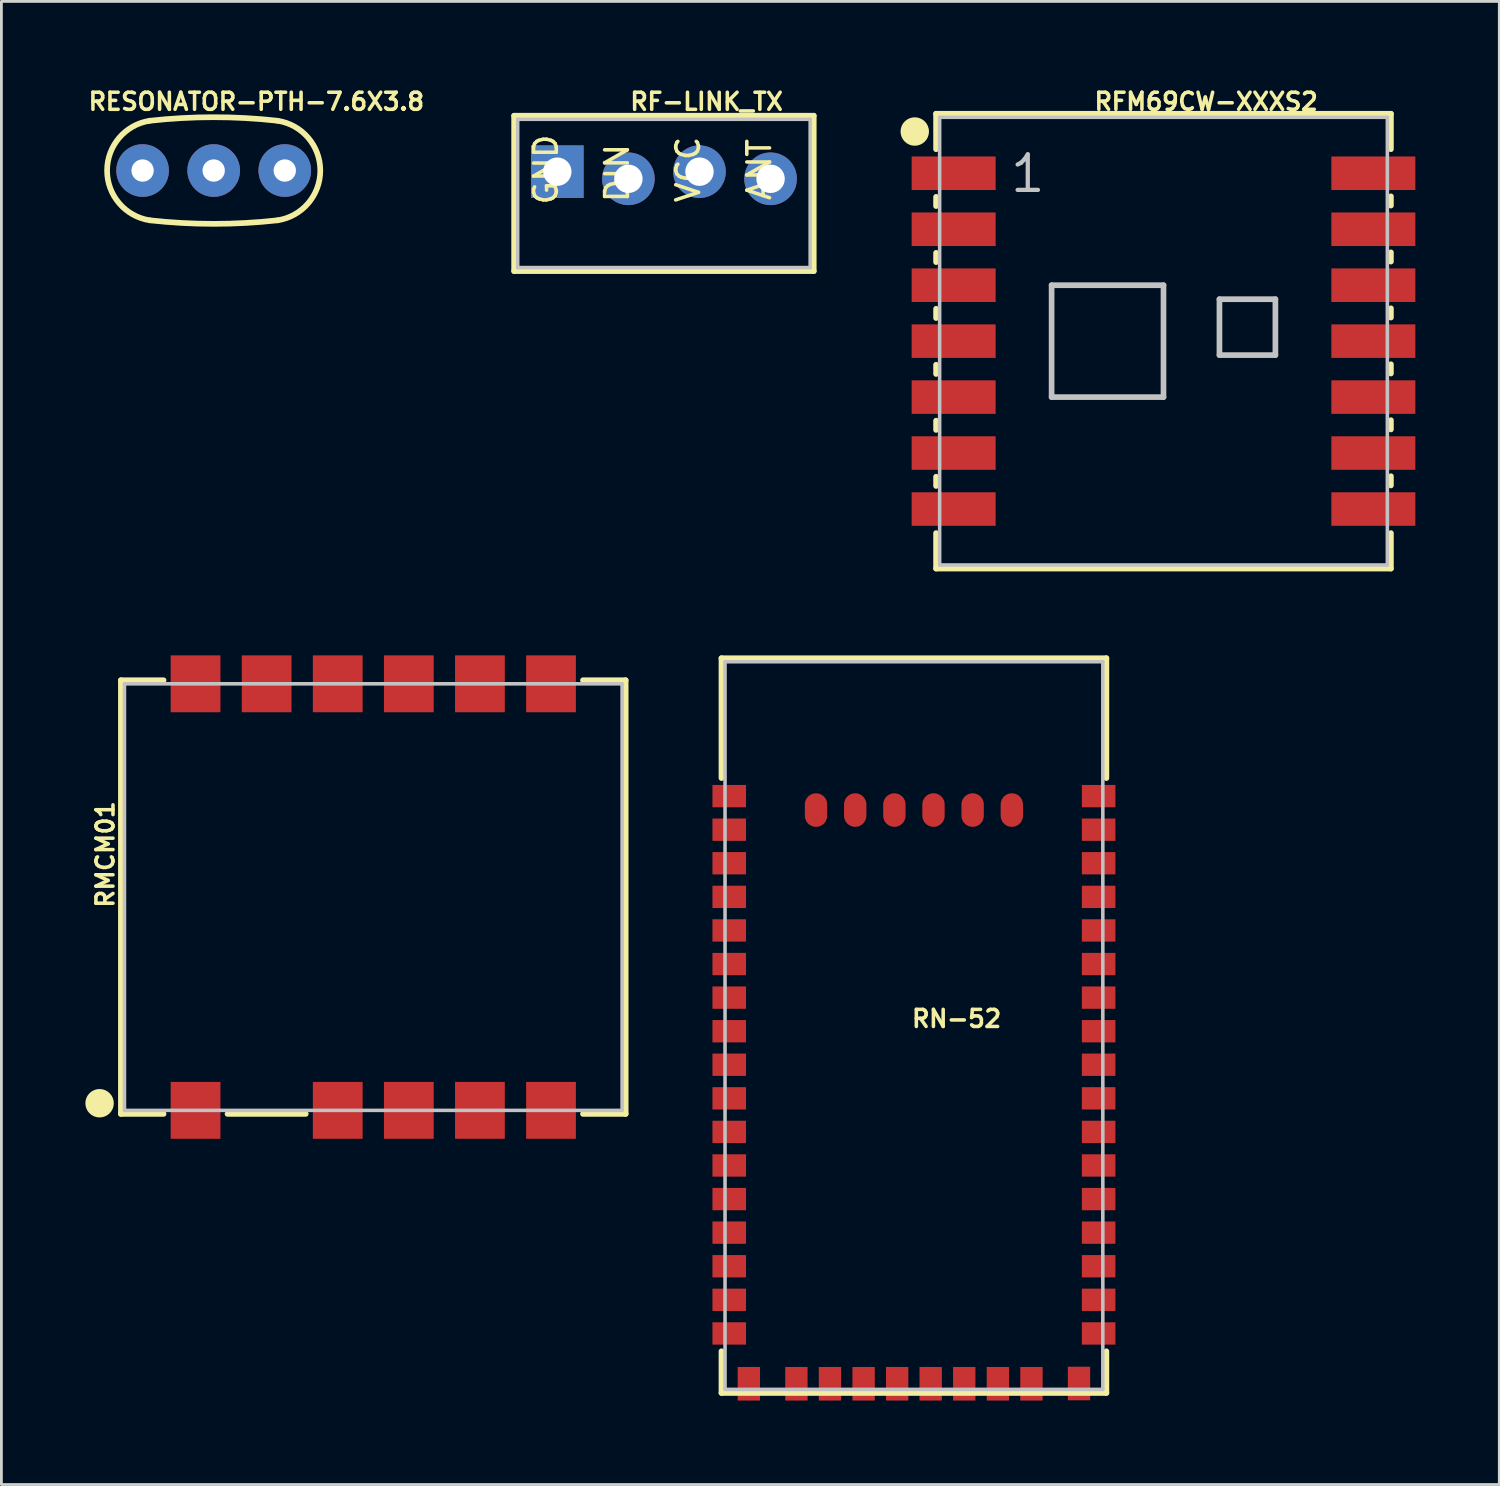
<source format=kicad_pcb>
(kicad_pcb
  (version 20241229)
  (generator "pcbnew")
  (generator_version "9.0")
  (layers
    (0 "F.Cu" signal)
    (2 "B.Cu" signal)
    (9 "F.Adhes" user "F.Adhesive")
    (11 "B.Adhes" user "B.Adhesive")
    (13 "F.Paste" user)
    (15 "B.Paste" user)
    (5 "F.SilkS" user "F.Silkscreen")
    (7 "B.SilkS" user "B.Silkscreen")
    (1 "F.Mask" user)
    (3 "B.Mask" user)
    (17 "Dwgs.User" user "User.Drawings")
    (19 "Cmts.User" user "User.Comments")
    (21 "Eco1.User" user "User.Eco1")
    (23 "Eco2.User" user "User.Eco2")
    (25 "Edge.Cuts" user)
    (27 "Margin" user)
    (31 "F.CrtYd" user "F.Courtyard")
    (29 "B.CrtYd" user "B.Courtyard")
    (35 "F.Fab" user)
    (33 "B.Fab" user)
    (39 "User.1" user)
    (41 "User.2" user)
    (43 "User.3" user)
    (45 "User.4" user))
  (footprint "RMCM01"
    (layer "F.Cu")
    (at 10.287 29.002)
    (property "Reference" "RMCM01" (at -9.576 -1.524 90) (layer "F.SilkS") (effects (font (size 0.61 0.61) (thickness 0.127))))
    (attr smd)
    (fp_line (start -9.017 -7.747) (end -9.017 7.747) (stroke (width 0.203) (type solid)) (layer "F.SilkS"))
    (fp_line (start -9.017 7.747) (end -7.493 7.747) (stroke (width 0.203) (type solid)) (layer "F.SilkS"))
    (fp_line (start -7.493 -7.747) (end -9.017 -7.747) (stroke (width 0.203) (type solid)) (layer "F.SilkS"))
    (fp_line (start -5.207 7.747) (end -2.413 7.747) (stroke (width 0.203) (type solid)) (layer "F.SilkS"))
    (fp_line (start 7.493 7.747) (end 9.017 7.747) (stroke (width 0.203) (type solid)) (layer "F.SilkS"))
    (fp_line (start 9.017 -7.747) (end 7.493 -7.747) (stroke (width 0.203) (type solid)) (layer "F.SilkS"))
    (fp_line (start 9.017 7.747) (end 9.017 -7.747) (stroke (width 0.203) (type solid)) (layer "F.SilkS"))
    (fp_circle (center -9.779 7.366) (end -9.779 6.858) (stroke (width 0) (type solid)) (fill yes) (layer "F.SilkS"))
    (fp_line (start -8.89 -7.62) (end -8.89 7.62) (stroke (width 0.127) (type solid)) (layer "Dwgs.User"))
    (fp_line (start -8.89 7.62) (end 8.89 7.62) (stroke (width 0.127) (type solid)) (layer "Dwgs.User"))
    (fp_line (start 8.89 -7.62) (end -8.89 -7.62) (stroke (width 0.127) (type solid)) (layer "Dwgs.User"))
    (fp_line (start 8.89 7.62) (end 8.89 -7.62) (stroke (width 0.127) (type solid)) (layer "Dwgs.User"))
    (pad "1" smd rect (at -6.35 -7.62 90) (size 2.032 1.778) (layers "F.Cu" "F.Mask" "F.Paste"))
    (pad "2" smd rect (at -3.81 -7.62 90) (size 2.032 1.778) (layers "F.Cu" "F.Mask" "F.Paste"))
    (pad "3" smd rect (at -1.27 -7.62 90) (size 2.032 1.778) (layers "F.Cu" "F.Mask" "F.Paste"))
    (pad "4" smd rect (at 1.27 -7.62 90) (size 2.032 1.778) (layers "F.Cu" "F.Mask" "F.Paste"))
    (pad "5" smd rect (at 3.81 -7.62 90) (size 2.032 1.778) (layers "F.Cu" "F.Mask" "F.Paste"))
    (pad "6" smd rect (at 6.35 -7.62 90) (size 2.032 1.778) (layers "F.Cu" "F.Mask" "F.Paste"))
    (pad "7" smd rect (at 6.35 7.62 90) (size 2.032 1.778) (layers "F.Cu" "F.Mask" "F.Paste"))
    (pad "8" smd rect (at 3.81 7.62 90) (size 2.032 1.778) (layers "F.Cu" "F.Mask" "F.Paste"))
    (pad "9" smd rect (at 1.27 7.62 90) (size 2.032 1.778) (layers "F.Cu" "F.Mask" "F.Paste"))
    (pad "10" smd rect (at -1.27 7.62 90) (size 2.032 1.778) (layers "F.Cu" "F.Mask" "F.Paste"))
    (pad "11" smd rect (at -6.35 7.62 90) (size 2.032 1.778) (layers "F.Cu" "F.Mask" "F.Paste")))
  (footprint "RN-52"
    (layer "F.Cu")
    (at 29.604 34.923)
    (property "Reference" "RN-52" (at 1.524 -1.575 0) (layer "F.SilkS") (effects (font (size 0.61 0.61) (thickness 0.127))))
    (attr smd)
    (fp_line (start -6.876 -14.455) (end -6.876 -10.173) (stroke (width 0.203) (type solid)) (layer "F.SilkS"))
    (fp_line (start -6.876 10.307) (end -6.876 11.796) (stroke (width 0.203) (type solid)) (layer "F.SilkS"))
    (fp_line (start -6.876 11.796) (end 6.876 11.796) (stroke (width 0.203) (type solid)) (layer "F.SilkS"))
    (fp_line (start 6.876 -14.455) (end -6.876 -14.455) (stroke (width 0.203) (type solid)) (layer "F.SilkS"))
    (fp_line (start 6.876 -14.455) (end 6.876 -10.173) (stroke (width 0.203) (type solid)) (layer "F.SilkS"))
    (fp_line (start 6.876 10.307) (end 6.876 11.796) (stroke (width 0.203) (type solid)) (layer "F.SilkS"))
    (fp_line (start -6.749 -14.328) (end -6.749 11.669) (stroke (width 0.127) (type solid)) (layer "Dwgs.User"))
    (fp_line (start -6.749 11.669) (end 6.749 11.669) (stroke (width 0.127) (type solid)) (layer "Dwgs.User"))
    (fp_line (start 6.749 -14.328) (end -6.749 -14.328) (stroke (width 0.127) (type solid)) (layer "Dwgs.User"))
    (fp_line (start 6.749 11.669) (end 6.749 -14.328) (stroke (width 0.127) (type solid)) (layer "Dwgs.User"))
    (pad "1" smd rect (at -6.599 -8.329) (size 1.199 0.798) (layers "F.Cu" "F.Mask" "F.Paste"))
    (pad "2" smd rect (at -6.599 -7.13) (size 1.199 0.798) (layers "F.Cu" "F.Mask" "F.Paste"))
    (pad "3" smd rect (at -6.599 -5.928) (size 1.199 0.798) (layers "F.Cu" "F.Mask" "F.Paste"))
    (pad "4" smd rect (at -6.599 -4.729) (size 1.199 0.798) (layers "F.Cu" "F.Mask" "F.Paste"))
    (pad "5" smd rect (at -6.599 -3.528) (size 1.199 0.798) (layers "F.Cu" "F.Mask" "F.Paste"))
    (pad "6" smd rect (at -6.599 -2.329) (size 1.199 0.798) (layers "F.Cu" "F.Mask" "F.Paste"))
    (pad "7" smd rect (at -6.599 -1.128) (size 1.199 0.798) (layers "F.Cu" "F.Mask" "F.Paste"))
    (pad "8" smd rect (at -6.599 0.069) (size 1.199 0.798) (layers "F.Cu" "F.Mask" "F.Paste"))
    (pad "9" smd rect (at -6.599 1.27) (size 1.199 0.798) (layers "F.Cu" "F.Mask" "F.Paste"))
    (pad "10" smd rect (at -6.599 2.469) (size 1.199 0.798) (layers "F.Cu" "F.Mask" "F.Paste"))
    (pad "11" smd rect (at -6.599 3.668) (size 1.199 0.798) (layers "F.Cu" "F.Mask" "F.Paste"))
    (pad "12" smd rect (at -6.599 4.869) (size 1.199 0.798) (layers "F.Cu" "F.Mask" "F.Paste"))
    (pad "13" smd rect (at -6.599 6.068) (size 1.199 0.798) (layers "F.Cu" "F.Mask" "F.Paste"))
    (pad "14" smd rect (at -6.599 7.269) (size 1.199 0.798) (layers "F.Cu" "F.Mask" "F.Paste"))
    (pad "15" smd rect (at -6.599 8.468) (size 1.199 0.798) (layers "F.Cu" "F.Mask" "F.Paste"))
    (pad "16" smd rect (at -6.599 9.67) (size 1.199 0.798) (layers "F.Cu" "F.Mask" "F.Paste"))
    (pad "17" smd rect (at -4.199 11.468 90) (size 1.199 0.798) (layers "F.Cu" "F.Mask" "F.Paste"))
    (pad "18" smd rect (at -3 11.468 90) (size 1.199 0.798) (layers "F.Cu" "F.Mask" "F.Paste"))
    (pad "19" smd rect (at -1.798 11.468 90) (size 1.199 0.798) (layers "F.Cu" "F.Mask" "F.Paste"))
    (pad "20" smd rect (at -0.599 11.468 90) (size 1.199 0.798) (layers "F.Cu" "F.Mask" "F.Paste"))
    (pad "21" smd rect (at 0.599 11.468 90) (size 1.199 0.798) (layers "F.Cu" "F.Mask" "F.Paste"))
    (pad "22" smd rect (at 1.798 11.468 90) (size 1.199 0.798) (layers "F.Cu" "F.Mask" "F.Paste"))
    (pad "23" smd rect (at 3 11.468 90) (size 1.199 0.798) (layers "F.Cu" "F.Mask" "F.Paste"))
    (pad "24" smd rect (at 4.199 11.468 90) (size 1.199 0.798) (layers "F.Cu" "F.Mask" "F.Paste"))
    (pad "25" smd rect (at 6.599 9.67 180) (size 1.199 0.798) (layers "F.Cu" "F.Mask" "F.Paste"))
    (pad "26" smd rect (at 6.599 8.468 180) (size 1.199 0.798) (layers "F.Cu" "F.Mask" "F.Paste"))
    (pad "27" smd rect (at 6.599 7.269 180) (size 1.199 0.798) (layers "F.Cu" "F.Mask" "F.Paste"))
    (pad "28" smd rect (at 6.599 6.068 180) (size 1.199 0.798) (layers "F.Cu" "F.Mask" "F.Paste"))
    (pad "29" smd rect (at 6.599 4.869 180) (size 1.199 0.798) (layers "F.Cu" "F.Mask" "F.Paste"))
    (pad "30" smd rect (at 6.599 3.668 180) (size 1.199 0.798) (layers "F.Cu" "F.Mask" "F.Paste"))
    (pad "31" smd rect (at 6.599 2.469 180) (size 1.199 0.798) (layers "F.Cu" "F.Mask" "F.Paste"))
    (pad "32" smd rect (at 6.599 1.27 180) (size 1.199 0.798) (layers "F.Cu" "F.Mask" "F.Paste"))
    (pad "33" smd rect (at 6.599 0.069 180) (size 1.199 0.798) (layers "F.Cu" "F.Mask" "F.Paste"))
    (pad "34" smd rect (at 6.599 -1.128 180) (size 1.199 0.798) (layers "F.Cu" "F.Mask" "F.Paste"))
    (pad "35" smd rect (at 6.599 -2.329 180) (size 1.199 0.798) (layers "F.Cu" "F.Mask" "F.Paste"))
    (pad "36" smd rect (at 6.599 -3.528 180) (size 1.199 0.798) (layers "F.Cu" "F.Mask" "F.Paste"))
    (pad "37" smd rect (at 6.599 -4.729 180) (size 1.199 0.798) (layers "F.Cu" "F.Mask" "F.Paste"))
    (pad "38" smd rect (at 6.599 -5.928 180) (size 1.199 0.798) (layers "F.Cu" "F.Mask" "F.Paste"))
    (pad "39" smd rect (at 6.599 -7.13 180) (size 1.199 0.798) (layers "F.Cu" "F.Mask" "F.Paste"))
    (pad "40" smd rect (at 6.599 -8.329 180) (size 1.199 0.798) (layers "F.Cu" "F.Mask" "F.Paste"))
    (pad "G1" smd rect (at -6.599 -9.528) (size 1.199 0.798) (layers "F.Cu" "F.Mask" "F.Paste"))
    (pad "G2" smd rect (at -5.898 11.468 90) (size 1.199 0.798) (layers "F.Cu" "F.Mask" "F.Paste"))
    (pad "G3" smd rect (at 5.898 11.458 180) (size 0.798 1.199) (layers "F.Cu" "F.Mask" "F.Paste"))
    (pad "G4" smd rect (at 6.599 -9.528 180) (size 1.199 0.798) (layers "F.Cu" "F.Mask" "F.Paste"))
    (pad "RFG1" smd oval (at -3.498 -9.03 90) (size 1.199 0.798) (layers "F.Cu" "F.Mask" "F.Paste"))
    (pad "RFG2" smd oval (at -2.098 -9.03 90) (size 1.199 0.798) (layers "F.Cu" "F.Mask" "F.Paste"))
    (pad "RFG3" smd oval (at -0.699 -9.03 90) (size 1.199 0.798) (layers "F.Cu" "F.Mask" "F.Paste"))
    (pad "RFG4" smd oval (at 0.699 -9.03 90) (size 1.199 0.798) (layers "F.Cu" "F.Mask" "F.Paste"))
    (pad "RFG5" smd oval (at 2.098 -9.03 90) (size 1.199 0.798) (layers "F.Cu" "F.Mask" "F.Paste"))
    (pad "RFG6" smd oval (at 3.498 -9.03 90) (size 1.199 0.798) (layers "F.Cu" "F.Mask" "F.Paste")))
  (footprint "RF-LINK_TX"
    (layer "F.Cu")
    (at 20.672 3.211)
    (property "Reference" "RF-LINK_TX" (at 1.524 -2.631 0) (layer "F.SilkS") (effects (font (size 0.61 0.61) (thickness 0.127))))
    (attr exclude_from_pos_files exclude_from_bom)
    (fp_line (start -5.352 -2.126) (end -5.352 3.426) (stroke (width 0.203) (type solid)) (layer "F.SilkS"))
    (fp_line (start -5.352 3.426) (end 5.352 3.426) (stroke (width 0.203) (type solid)) (layer "F.SilkS"))
    (fp_line (start 5.352 -2.126) (end -5.352 -2.126) (stroke (width 0.203) (type solid)) (layer "F.SilkS"))
    (fp_line (start 5.352 3.426) (end 5.352 -2.126) (stroke (width 0.203) (type solid)) (layer "F.SilkS"))
    (fp_line (start -5.225 -1.999) (end -5.225 3.299) (stroke (width 0.127) (type solid)) (layer "Dwgs.User"))
    (fp_line (start -5.225 3.299) (end 5.225 3.299) (stroke (width 0.127) (type solid)) (layer "Dwgs.User"))
    (fp_line (start -4.064 -0.254) (end -3.556 -0.254) (stroke (width 0.066) (type solid)) (layer "Dwgs.User"))
    (fp_line (start -4.064 0.254) (end -4.064 -0.254) (stroke (width 0.066) (type solid)) (layer "Dwgs.User"))
    (fp_line (start -4.064 0.254) (end -3.556 0.254) (stroke (width 0.066) (type solid)) (layer "Dwgs.User"))
    (fp_line (start -3.556 0.254) (end -3.556 -0.254) (stroke (width 0.066) (type solid)) (layer "Dwgs.User"))
    (fp_line (start -1.524 -0.254) (end -1.016 -0.254) (stroke (width 0.066) (type solid)) (layer "Dwgs.User"))
    (fp_line (start -1.524 0.254) (end -1.524 -0.254) (stroke (width 0.066) (type solid)) (layer "Dwgs.User"))
    (fp_line (start -1.524 0.254) (end -1.016 0.254) (stroke (width 0.066) (type solid)) (layer "Dwgs.User"))
    (fp_line (start -1.016 0.254) (end -1.016 -0.254) (stroke (width 0.066) (type solid)) (layer "Dwgs.User"))
    (fp_line (start 1.016 -0.254) (end 1.524 -0.254) (stroke (width 0.066) (type solid)) (layer "Dwgs.User"))
    (fp_line (start 1.016 0.254) (end 1.016 -0.254) (stroke (width 0.066) (type solid)) (layer "Dwgs.User"))
    (fp_line (start 1.016 0.254) (end 1.524 0.254) (stroke (width 0.066) (type solid)) (layer "Dwgs.User"))
    (fp_line (start 1.524 0.254) (end 1.524 -0.254) (stroke (width 0.066) (type solid)) (layer "Dwgs.User"))
    (fp_line (start 3.556 -0.254) (end 4.064 -0.254) (stroke (width 0.066) (type solid)) (layer "Dwgs.User"))
    (fp_line (start 3.556 0.254) (end 3.556 -0.254) (stroke (width 0.066) (type solid)) (layer "Dwgs.User"))
    (fp_line (start 3.556 0.254) (end 4.064 0.254) (stroke (width 0.066) (type solid)) (layer "Dwgs.User"))
    (fp_line (start 4.064 0.254) (end 4.064 -0.254) (stroke (width 0.066) (type solid)) (layer "Dwgs.User"))
    (fp_line (start 5.225 -1.999) (end -5.225 -1.999) (stroke (width 0.127) (type solid)) (layer "Dwgs.User"))
    (fp_line (start 5.225 3.299) (end 5.225 -1.999) (stroke (width 0.127) (type solid)) (layer "Dwgs.User"))
    (fp_text user "DIN" (at -1.676 -0.076 90) (layer "F.SilkS") (effects (font (size 0.813 0.813) (thickness 0.127))))
    (fp_text user "VCC" (at 0.864 -0.203 90) (layer "F.SilkS") (effects (font (size 0.813 0.813) (thickness 0.127))))
    (fp_text user "GND" (at -4.216 -0.203 90) (layer "F.SilkS") (effects (font (size 0.813 0.813) (thickness 0.127))))
    (fp_text user "ANT" (at 3.404 -0.203 90) (layer "F.SilkS") (effects (font (size 0.813 0.813) (thickness 0.127))))
    (pad "ANT" thru_hole circle (at 3.81 0.127) (size 1.88 1.88) (drill 1.016) (layers "*.Cu" "*.Paste" "*.Mask"))
    (pad "DATA" thru_hole circle (at -1.27 0.127) (size 1.88 1.88) (drill 1.016) (layers "*.Cu" "*.Paste" "*.Mask"))
    (pad "GND" thru_hole rect (at -3.81 -0.127) (size 1.88 1.88) (drill 1.016) (layers "*.Cu" "*.Paste" "*.Mask"))
    (pad "VCC" thru_hole circle (at 1.27 -0.127) (size 1.88 1.88) (drill 1.016) (layers "*.Cu" "*.Paste" "*.Mask")))
  (footprint "RFM69CW-XXXS2"
    (layer "F.Cu")
    (at 38.521 9.139)
    (property "Reference" "RFM69CW-XXXS2" (at 1.524 -8.56 0) (layer "F.SilkS") (effects (font (size 0.61 0.61) (thickness 0.127))))
    (attr smd)
    (fp_line (start -8.125 -8.125) (end 8.125 -8.125) (stroke (width 0.203) (type solid)) (layer "F.SilkS"))
    (fp_line (start -8.125 -6.858) (end -8.125 -8.125) (stroke (width 0.203) (type solid)) (layer "F.SilkS"))
    (fp_line (start -8.125 -4.826) (end -8.125 -5.156) (stroke (width 0.203) (type solid)) (layer "F.SilkS"))
    (fp_line (start -8.125 -2.824) (end -8.125 -3.155) (stroke (width 0.203) (type solid)) (layer "F.SilkS"))
    (fp_line (start -8.125 -0.826) (end -8.125 -1.156) (stroke (width 0.203) (type solid)) (layer "F.SilkS"))
    (fp_line (start -8.125 1.173) (end -8.125 0.843) (stroke (width 0.203) (type solid)) (layer "F.SilkS"))
    (fp_line (start -8.125 3.172) (end -8.125 2.842) (stroke (width 0.203) (type solid)) (layer "F.SilkS"))
    (fp_line (start -8.125 5.174) (end -8.125 4.844) (stroke (width 0.203) (type solid)) (layer "F.SilkS"))
    (fp_line (start -8.125 8.125) (end -8.125 6.858) (stroke (width 0.203) (type solid)) (layer "F.SilkS"))
    (fp_line (start 8.125 -8.125) (end 8.125 -6.858) (stroke (width 0.203) (type solid)) (layer "F.SilkS"))
    (fp_line (start 8.125 -5.174) (end 8.125 -4.844) (stroke (width 0.203) (type solid)) (layer "F.SilkS"))
    (fp_line (start 8.125 -3.172) (end 8.125 -2.842) (stroke (width 0.203) (type solid)) (layer "F.SilkS"))
    (fp_line (start 8.125 -1.173) (end 8.125 -0.843) (stroke (width 0.203) (type solid)) (layer "F.SilkS"))
    (fp_line (start 8.125 0.826) (end 8.125 1.156) (stroke (width 0.203) (type solid)) (layer "F.SilkS"))
    (fp_line (start 8.125 2.824) (end 8.125 3.155) (stroke (width 0.203) (type solid)) (layer "F.SilkS"))
    (fp_line (start 8.125 4.826) (end 8.125 5.156) (stroke (width 0.203) (type solid)) (layer "F.SilkS"))
    (fp_line (start 8.125 6.858) (end 8.125 8.125) (stroke (width 0.203) (type solid)) (layer "F.SilkS"))
    (fp_line (start 8.125 8.125) (end -8.125 8.125) (stroke (width 0.203) (type solid)) (layer "F.SilkS"))
    (fp_circle (center -8.887 -7.49) (end -8.887 -7.998) (stroke (width 0) (type solid)) (fill yes) (layer "F.SilkS"))
    (fp_line (start -7.998 -7.998) (end -7.998 7.998) (stroke (width 0.127) (type solid)) (layer "Dwgs.User"))
    (fp_line (start -7.998 7.998) (end 7.998 7.998) (stroke (width 0.127) (type solid)) (layer "Dwgs.User"))
    (fp_line (start -3.998 -1.999) (end -3.998 1.999) (stroke (width 0.203) (type solid)) (layer "Dwgs.User"))
    (fp_line (start -3.998 1.999) (end 0 1.999) (stroke (width 0.203) (type solid)) (layer "Dwgs.User"))
    (fp_line (start 0 -1.999) (end -3.998 -1.999) (stroke (width 0.203) (type solid)) (layer "Dwgs.User"))
    (fp_line (start 0 1.999) (end 0 -1.999) (stroke (width 0.203) (type solid)) (layer "Dwgs.User"))
    (fp_line (start 1.999 0.498) (end 1.999 -1.499) (stroke (width 0.203) (type solid)) (layer "Dwgs.User"))
    (fp_line (start 3.998 -1.499) (end 1.999 -1.499) (stroke (width 0.203) (type solid)) (layer "Dwgs.User"))
    (fp_line (start 3.998 0.498) (end 1.999 0.498) (stroke (width 0.203) (type solid)) (layer "Dwgs.User"))
    (fp_line (start 3.998 0.498) (end 3.998 -1.499) (stroke (width 0.203) (type solid)) (layer "Dwgs.User"))
    (fp_line (start 7.998 -7.998) (end -7.998 -7.998) (stroke (width 0.127) (type solid)) (layer "Dwgs.User"))
    (fp_line (start 7.998 7.998) (end 7.998 -7.998) (stroke (width 0.127) (type solid)) (layer "Dwgs.User"))
    (fp_text user "1" (at -4.849 -5.984 0) (layer "Dwgs.User") (effects (font (size 1.27 1.27) (thickness 0.152))))
    (pad "1" smd rect (at -7.498 -5.999) (size 3 1.199) (layers "F.Cu" "F.Mask" "F.Paste"))
    (pad "2" smd rect (at -7.498 -3.998) (size 3 1.199) (layers "F.Cu" "F.Mask" "F.Paste"))
    (pad "3" smd rect (at -7.498 -1.999) (size 3 1.199) (layers "F.Cu" "F.Mask" "F.Paste"))
    (pad "4" smd rect (at -7.498 0) (size 3 1.199) (layers "F.Cu" "F.Mask" "F.Paste"))
    (pad "5" smd rect (at -7.498 1.999) (size 3 1.199) (layers "F.Cu" "F.Mask" "F.Paste"))
    (pad "6" smd rect (at -7.498 3.998) (size 3 1.199) (layers "F.Cu" "F.Mask" "F.Paste"))
    (pad "7" smd rect (at -7.498 5.999) (size 3 1.199) (layers "F.Cu" "F.Mask" "F.Paste"))
    (pad "8" smd rect (at 7.498 5.999) (size 3 1.199) (layers "F.Cu" "F.Mask" "F.Paste"))
    (pad "9" smd rect (at 7.498 3.998) (size 3 1.199) (layers "F.Cu" "F.Mask" "F.Paste"))
    (pad "10" smd rect (at 7.498 1.999) (size 3 1.199) (layers "F.Cu" "F.Mask" "F.Paste"))
    (pad "11" smd rect (at 7.498 0) (size 3 1.199) (layers "F.Cu" "F.Mask" "F.Paste"))
    (pad "12" smd rect (at 7.498 -1.999) (size 3 1.199) (layers "F.Cu" "F.Mask" "F.Paste"))
    (pad "13" smd rect (at 7.498 -3.998) (size 3 1.199) (layers "F.Cu" "F.Mask" "F.Paste"))
    (pad "14" smd rect (at 7.498 -5.999) (size 3 1.199) (layers "F.Cu" "F.Mask" "F.Paste")))
  (footprint "RESONATOR-PTH-7.6X3.8"
    (layer "F.Cu")
    (at 4.585 3.043)
    (property "Reference" "RESONATOR-PTH-7.6X3.8" (at 1.524 -2.464 0) (layer "F.SilkS") (effects (font (size 0.61 0.61) (thickness 0.127))))
    (attr exclude_from_pos_files exclude_from_bom)
    (fp_arc (start -2.286 -1.778) (mid -0.010503 -1.905389) (end 2.265123 -1.780323) (stroke (width 0.2032) (type solid)) (layer "F.SilkS"))
    (fp_arc (start -2.286 1.778) (mid -3.808566 -0.001592) (end -2.282853 -1.778487) (stroke (width 0.2032) (type solid)) (layer "F.SilkS"))
    (fp_arc (start 2.286 -1.778) (mid 3.808566 0.001592) (end 2.282853 1.778487) (stroke (width 0.2032) (type solid)) (layer "F.SilkS"))
    (fp_arc (start 2.286 1.778) (mid 0.003479 1.905) (end -2.279084 1.77877) (stroke (width 0.2032) (type solid)) (layer "F.SilkS"))
    (pad "1" thru_hole circle (at -2.54 0) (size 1.88 1.88) (drill 0.798) (layers "*.Cu" "*.Paste" "*.Mask"))
    (pad "2" thru_hole circle (at 0 0) (size 1.88 1.88) (drill 0.798) (layers "*.Cu" "*.Paste" "*.Mask"))
    (pad "3" thru_hole circle (at 2.54 0) (size 1.88 1.88) (drill 0.798) (layers "*.Cu" "*.Paste" "*.Mask")))
  (gr_rect
    (start -3 -3)
    (end 50.519 49.991)
    (stroke (width 0.1) (type default))
    (fill no)
    (layer "Edge.Cuts")))
</source>
